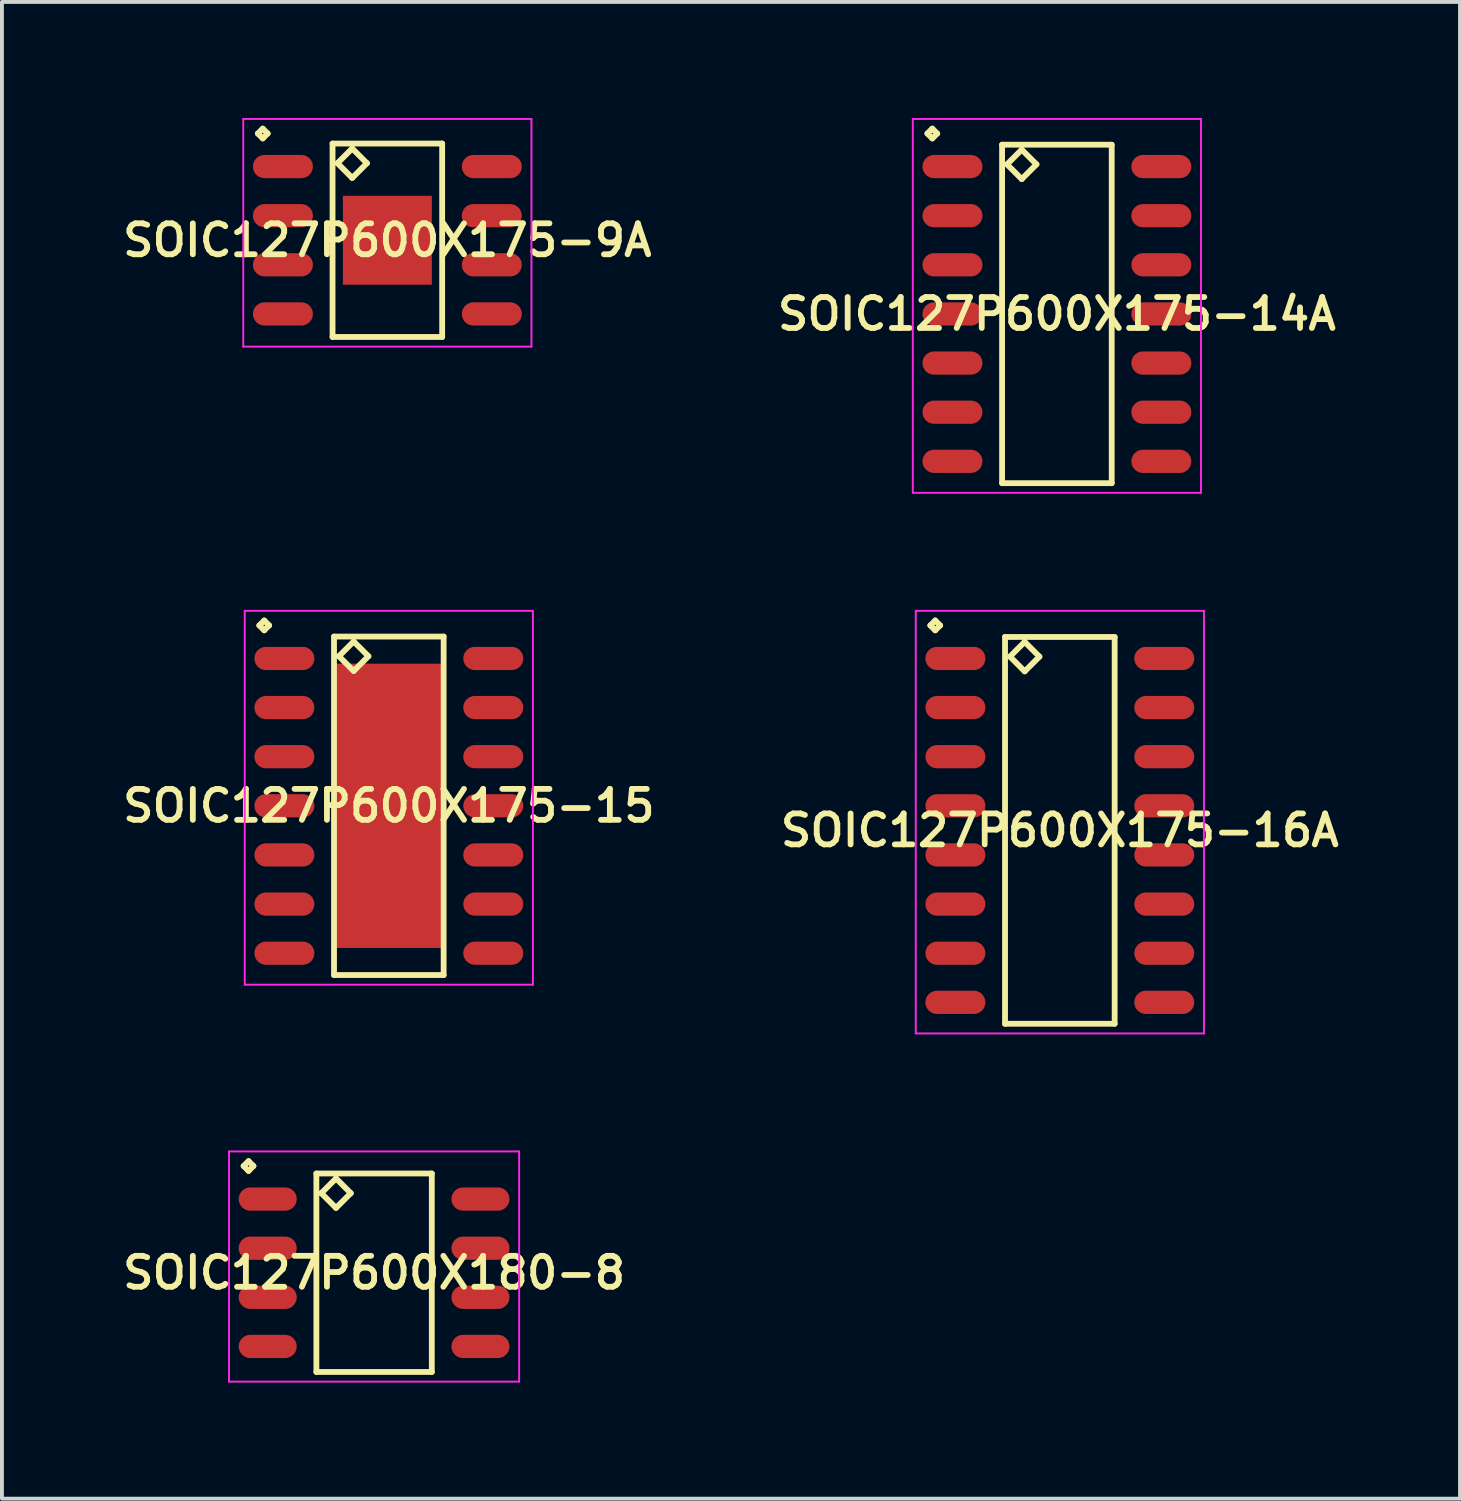
<source format=kicad_pcb>
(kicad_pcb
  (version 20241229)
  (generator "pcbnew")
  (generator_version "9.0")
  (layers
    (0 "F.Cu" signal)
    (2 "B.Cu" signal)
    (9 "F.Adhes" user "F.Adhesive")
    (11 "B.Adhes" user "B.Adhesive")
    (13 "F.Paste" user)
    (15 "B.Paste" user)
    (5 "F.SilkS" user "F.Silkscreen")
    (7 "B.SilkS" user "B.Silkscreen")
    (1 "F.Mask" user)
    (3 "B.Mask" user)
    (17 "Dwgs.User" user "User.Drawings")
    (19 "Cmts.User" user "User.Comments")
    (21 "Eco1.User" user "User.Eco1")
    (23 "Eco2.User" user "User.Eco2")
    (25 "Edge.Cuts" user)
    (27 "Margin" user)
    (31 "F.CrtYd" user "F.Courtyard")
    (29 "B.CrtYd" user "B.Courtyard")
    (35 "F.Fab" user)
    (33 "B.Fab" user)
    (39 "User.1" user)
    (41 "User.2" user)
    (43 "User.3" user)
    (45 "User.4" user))
  (footprint "SOIC127P600X175-16A"
    (layer "F.Cu")
    (at 24.349 18.417)
    (property "Reference" "SOIC127P600X175-16A" (at 0 0 0) (layer "F.SilkS") (effects (font (size 0.8 0.8) (thickness 0.15))))
    (attr smd)
    (fp_line (start -3.348 -5.299) (end -3.221 -5.426) (stroke (width 0.15) (type solid)) (layer "F.SilkS"))
    (fp_line (start -3.221 -5.426) (end -3.094 -5.299) (stroke (width 0.15) (type solid)) (layer "F.SilkS"))
    (fp_line (start -3.221 -5.172) (end -3.348 -5.299) (stroke (width 0.15) (type solid)) (layer "F.SilkS"))
    (fp_line (start -3.094 -5.299) (end -3.221 -5.172) (stroke (width 0.15) (type solid)) (layer "F.SilkS"))
    (fp_line (start -1.417 -5) (end -1.417 5) (stroke (width 0.15) (type solid)) (layer "F.SilkS"))
    (fp_line (start -1.417 5) (end 1.417 5) (stroke (width 0.15) (type solid)) (layer "F.SilkS"))
    (fp_line (start -1.29 -4.492) (end -0.909 -4.873) (stroke (width 0.15) (type solid)) (layer "F.SilkS"))
    (fp_line (start -0.909 -4.873) (end -0.528 -4.492) (stroke (width 0.15) (type solid)) (layer "F.SilkS"))
    (fp_line (start -0.909 -4.111) (end -1.29 -4.492) (stroke (width 0.15) (type solid)) (layer "F.SilkS"))
    (fp_line (start -0.528 -4.492) (end -0.909 -4.111) (stroke (width 0.15) (type solid)) (layer "F.SilkS"))
    (fp_line (start 1.417 -5) (end -1.417 -5) (stroke (width 0.15) (type solid)) (layer "F.SilkS"))
    (fp_line (start 1.417 5) (end 1.417 -5) (stroke (width 0.15) (type solid)) (layer "F.SilkS"))
    (fp_line (start -3.725 -5.676) (end 3.725 -5.676) (stroke (width 0.05) (type solid)) (layer "F.CrtYd"))
    (fp_line (start -3.725 5.25) (end -3.725 -5.676) (stroke (width 0.05) (type solid)) (layer "F.CrtYd"))
    (fp_line (start 3.725 -5.676) (end 3.725 5.25) (stroke (width 0.05) (type solid)) (layer "F.CrtYd"))
    (fp_line (start 3.725 5.25) (end -3.725 5.25) (stroke (width 0.05) (type solid)) (layer "F.CrtYd"))
    (pad "1" smd oval (at -2.7 -4.445) (size 1.55 0.6) (layers "F.Cu" "F.Mask" "F.Paste"))
    (pad "2" smd oval (at -2.7 -3.175) (size 1.55 0.6) (layers "F.Cu" "F.Mask" "F.Paste"))
    (pad "3" smd oval (at -2.7 -1.905) (size 1.55 0.6) (layers "F.Cu" "F.Mask" "F.Paste"))
    (pad "4" smd oval (at -2.7 -0.635) (size 1.55 0.6) (layers "F.Cu" "F.Mask" "F.Paste"))
    (pad "5" smd oval (at -2.7 0.635) (size 1.55 0.6) (layers "F.Cu" "F.Mask" "F.Paste"))
    (pad "6" smd oval (at -2.7 1.905) (size 1.55 0.6) (layers "F.Cu" "F.Mask" "F.Paste"))
    (pad "7" smd oval (at -2.7 3.175) (size 1.55 0.6) (layers "F.Cu" "F.Mask" "F.Paste"))
    (pad "8" smd oval (at -2.7 4.445) (size 1.55 0.6) (layers "F.Cu" "F.Mask" "F.Paste"))
    (pad "9" smd oval (at 2.7 4.445) (size 1.55 0.6) (layers "F.Cu" "F.Mask" "F.Paste"))
    (pad "10" smd oval (at 2.7 3.175) (size 1.55 0.6) (layers "F.Cu" "F.Mask" "F.Paste"))
    (pad "11" smd oval (at 2.7 1.905) (size 1.55 0.6) (layers "F.Cu" "F.Mask" "F.Paste"))
    (pad "12" smd oval (at 2.7 0.635) (size 1.55 0.6) (layers "F.Cu" "F.Mask" "F.Paste"))
    (pad "13" smd oval (at 2.7 -0.635) (size 1.55 0.6) (layers "F.Cu" "F.Mask" "F.Paste"))
    (pad "14" smd oval (at 2.7 -1.905) (size 1.55 0.6) (layers "F.Cu" "F.Mask" "F.Paste"))
    (pad "15" smd oval (at 2.7 -3.175) (size 1.55 0.6) (layers "F.Cu" "F.Mask" "F.Paste"))
    (pad "16" smd oval (at 2.7 -4.445) (size 1.55 0.6) (layers "F.Cu" "F.Mask" "F.Paste")))
  (footprint "SOIC127P600X180-8"
    (layer "F.Cu")
    (at 6.621 29.853)
    (property "Reference" "SOIC127P600X180-8" (at 0 0 0) (layer "F.SilkS") (effects (font (size 0.8 0.8) (thickness 0.15))))
    (attr smd)
    (fp_line (start -3.373 -2.759) (end -3.246 -2.886) (stroke (width 0.15) (type solid)) (layer "F.SilkS"))
    (fp_line (start -3.246 -2.886) (end -3.119 -2.759) (stroke (width 0.15) (type solid)) (layer "F.SilkS"))
    (fp_line (start -3.246 -2.632) (end -3.373 -2.759) (stroke (width 0.15) (type solid)) (layer "F.SilkS"))
    (fp_line (start -3.119 -2.759) (end -3.246 -2.632) (stroke (width 0.15) (type solid)) (layer "F.SilkS"))
    (fp_line (start -1.492 -2.565) (end -1.492 2.565) (stroke (width 0.15) (type solid)) (layer "F.SilkS"))
    (fp_line (start -1.492 2.565) (end 1.492 2.565) (stroke (width 0.15) (type solid)) (layer "F.SilkS"))
    (fp_line (start -1.365 -2.057) (end -0.984 -2.438) (stroke (width 0.15) (type solid)) (layer "F.SilkS"))
    (fp_line (start -0.984 -2.438) (end -0.603 -2.057) (stroke (width 0.15) (type solid)) (layer "F.SilkS"))
    (fp_line (start -0.984 -1.676) (end -1.365 -2.057) (stroke (width 0.15) (type solid)) (layer "F.SilkS"))
    (fp_line (start -0.603 -2.057) (end -0.984 -1.676) (stroke (width 0.15) (type solid)) (layer "F.SilkS"))
    (fp_line (start 1.492 -2.565) (end -1.492 -2.565) (stroke (width 0.15) (type solid)) (layer "F.SilkS"))
    (fp_line (start 1.492 2.565) (end 1.492 -2.565) (stroke (width 0.15) (type solid)) (layer "F.SilkS"))
    (fp_line (start -3.75 -3.136) (end 3.75 -3.136) (stroke (width 0.05) (type solid)) (layer "F.CrtYd"))
    (fp_line (start -3.75 2.815) (end -3.75 -3.136) (stroke (width 0.05) (type solid)) (layer "F.CrtYd"))
    (fp_line (start 3.75 -3.136) (end 3.75 2.815) (stroke (width 0.05) (type solid)) (layer "F.CrtYd"))
    (fp_line (start 3.75 2.815) (end -3.75 2.815) (stroke (width 0.05) (type solid)) (layer "F.CrtYd"))
    (pad "1" smd oval (at -2.75 -1.905) (size 1.5 0.6) (layers "F.Cu" "F.Mask" "F.Paste"))
    (pad "2" smd oval (at -2.75 -0.635) (size 1.5 0.6) (layers "F.Cu" "F.Mask" "F.Paste"))
    (pad "3" smd oval (at -2.75 0.635) (size 1.5 0.6) (layers "F.Cu" "F.Mask" "F.Paste"))
    (pad "4" smd oval (at -2.75 1.905) (size 1.5 0.6) (layers "F.Cu" "F.Mask" "F.Paste"))
    (pad "5" smd oval (at 2.75 1.905) (size 1.5 0.6) (layers "F.Cu" "F.Mask" "F.Paste"))
    (pad "6" smd oval (at 2.75 0.635) (size 1.5 0.6) (layers "F.Cu" "F.Mask" "F.Paste"))
    (pad "7" smd oval (at 2.75 -0.635) (size 1.5 0.6) (layers "F.Cu" "F.Mask" "F.Paste"))
    (pad "8" smd oval (at 2.75 -1.905) (size 1.5 0.6) (layers "F.Cu" "F.Mask" "F.Paste")))
  (footprint "SOIC127P600X175-15"
    (layer "F.Cu")
    (at 7.002 17.782)
    (property "Reference" "SOIC127P600X175-15" (at 0 0 0) (layer "F.SilkS") (effects (font (size 0.8 0.8) (thickness 0.15))))
    (attr smd)
    (fp_line (start -3.348 -4.664) (end -3.221 -4.791) (stroke (width 0.15) (type solid)) (layer "F.SilkS"))
    (fp_line (start -3.221 -4.791) (end -3.094 -4.664) (stroke (width 0.15) (type solid)) (layer "F.SilkS"))
    (fp_line (start -3.221 -4.537) (end -3.348 -4.664) (stroke (width 0.15) (type solid)) (layer "F.SilkS"))
    (fp_line (start -3.094 -4.664) (end -3.221 -4.537) (stroke (width 0.15) (type solid)) (layer "F.SilkS"))
    (fp_line (start -1.417 -4.375) (end -1.417 4.375) (stroke (width 0.15) (type solid)) (layer "F.SilkS"))
    (fp_line (start -1.417 4.375) (end 1.417 4.375) (stroke (width 0.15) (type solid)) (layer "F.SilkS"))
    (fp_line (start -1.29 -3.867) (end -0.909 -4.248) (stroke (width 0.15) (type solid)) (layer "F.SilkS"))
    (fp_line (start -0.909 -4.248) (end -0.528 -3.867) (stroke (width 0.15) (type solid)) (layer "F.SilkS"))
    (fp_line (start -0.909 -3.486) (end -1.29 -3.867) (stroke (width 0.15) (type solid)) (layer "F.SilkS"))
    (fp_line (start -0.528 -3.867) (end -0.909 -3.486) (stroke (width 0.15) (type solid)) (layer "F.SilkS"))
    (fp_line (start 1.417 -4.375) (end -1.417 -4.375) (stroke (width 0.15) (type solid)) (layer "F.SilkS"))
    (fp_line (start 1.417 4.375) (end 1.417 -4.375) (stroke (width 0.15) (type solid)) (layer "F.SilkS"))
    (fp_line (start -3.725 -5.041) (end 3.725 -5.041) (stroke (width 0.05) (type solid)) (layer "F.CrtYd"))
    (fp_line (start -3.725 4.625) (end -3.725 -5.041) (stroke (width 0.05) (type solid)) (layer "F.CrtYd"))
    (fp_line (start 3.725 -5.041) (end 3.725 4.625) (stroke (width 0.05) (type solid)) (layer "F.CrtYd"))
    (fp_line (start 3.725 4.625) (end -3.725 4.625) (stroke (width 0.05) (type solid)) (layer "F.CrtYd"))
    (pad "1" smd oval (at -2.7 -3.81) (size 1.55 0.6) (layers "F.Cu" "F.Mask" "F.Paste"))
    (pad "2" smd oval (at -2.7 -2.54) (size 1.55 0.6) (layers "F.Cu" "F.Mask" "F.Paste"))
    (pad "3" smd oval (at -2.7 -1.27) (size 1.55 0.6) (layers "F.Cu" "F.Mask" "F.Paste"))
    (pad "4" smd oval (at -2.7 0) (size 1.55 0.6) (layers "F.Cu" "F.Mask" "F.Paste"))
    (pad "5" smd oval (at -2.7 1.27) (size 1.55 0.6) (layers "F.Cu" "F.Mask" "F.Paste"))
    (pad "6" smd oval (at -2.7 2.54) (size 1.55 0.6) (layers "F.Cu" "F.Mask" "F.Paste"))
    (pad "7" smd oval (at -2.7 3.81) (size 1.55 0.6) (layers "F.Cu" "F.Mask" "F.Paste"))
    (pad "8" smd oval (at 2.7 3.81) (size 1.55 0.6) (layers "F.Cu" "F.Mask" "F.Paste"))
    (pad "9" smd oval (at 2.7 2.54) (size 1.55 0.6) (layers "F.Cu" "F.Mask" "F.Paste"))
    (pad "10" smd oval (at 2.7 1.27) (size 1.55 0.6) (layers "F.Cu" "F.Mask" "F.Paste"))
    (pad "11" smd oval (at 2.7 0) (size 1.55 0.6) (layers "F.Cu" "F.Mask" "F.Paste"))
    (pad "12" smd oval (at 2.7 -1.27) (size 1.55 0.6) (layers "F.Cu" "F.Mask" "F.Paste"))
    (pad "13" smd oval (at 2.7 -2.54) (size 1.55 0.6) (layers "F.Cu" "F.Mask" "F.Paste"))
    (pad "14" smd oval (at 2.7 -3.81) (size 1.55 0.6) (layers "F.Cu" "F.Mask" "F.Paste"))
    (pad "15" smd rect (at 0 0) (size 2.75 7.35) (layers "F.Cu" "F.Mask" "F.Paste")))
  (footprint "SOIC127P600X175-9A"
    (layer "F.Cu")
    (at 6.964 3.161)
    (property "Reference" "SOIC127P600X175-9A" (at 0 0 0) (layer "F.SilkS") (effects (font (size 0.8 0.8) (thickness 0.15))))
    (attr smd)
    (fp_line (start -3.348 -2.759) (end -3.221 -2.886) (stroke (width 0.15) (type solid)) (layer "F.SilkS"))
    (fp_line (start -3.221 -2.886) (end -3.094 -2.759) (stroke (width 0.15) (type solid)) (layer "F.SilkS"))
    (fp_line (start -3.221 -2.632) (end -3.348 -2.759) (stroke (width 0.15) (type solid)) (layer "F.SilkS"))
    (fp_line (start -3.094 -2.759) (end -3.221 -2.632) (stroke (width 0.15) (type solid)) (layer "F.SilkS"))
    (fp_line (start -1.417 -2.5) (end -1.417 2.5) (stroke (width 0.15) (type solid)) (layer "F.SilkS"))
    (fp_line (start -1.417 2.5) (end 1.417 2.5) (stroke (width 0.15) (type solid)) (layer "F.SilkS"))
    (fp_line (start -1.29 -1.992) (end -0.909 -2.373) (stroke (width 0.15) (type solid)) (layer "F.SilkS"))
    (fp_line (start -0.909 -2.373) (end -0.528 -1.992) (stroke (width 0.15) (type solid)) (layer "F.SilkS"))
    (fp_line (start -0.909 -1.611) (end -1.29 -1.992) (stroke (width 0.15) (type solid)) (layer "F.SilkS"))
    (fp_line (start -0.528 -1.992) (end -0.909 -1.611) (stroke (width 0.15) (type solid)) (layer "F.SilkS"))
    (fp_line (start 1.417 -2.5) (end -1.417 -2.5) (stroke (width 0.15) (type solid)) (layer "F.SilkS"))
    (fp_line (start 1.417 2.5) (end 1.417 -2.5) (stroke (width 0.15) (type solid)) (layer "F.SilkS"))
    (fp_line (start -3.725 -3.136) (end 3.725 -3.136) (stroke (width 0.05) (type solid)) (layer "F.CrtYd"))
    (fp_line (start -3.725 2.75) (end -3.725 -3.136) (stroke (width 0.05) (type solid)) (layer "F.CrtYd"))
    (fp_line (start 3.725 -3.136) (end 3.725 2.75) (stroke (width 0.05) (type solid)) (layer "F.CrtYd"))
    (fp_line (start 3.725 2.75) (end -3.725 2.75) (stroke (width 0.05) (type solid)) (layer "F.CrtYd"))
    (pad "1" smd oval (at -2.7 -1.905) (size 1.55 0.6) (layers "F.Cu" "F.Mask" "F.Paste"))
    (pad "2" smd oval (at -2.7 -0.635) (size 1.55 0.6) (layers "F.Cu" "F.Mask" "F.Paste"))
    (pad "3" smd oval (at -2.7 0.635) (size 1.55 0.6) (layers "F.Cu" "F.Mask" "F.Paste"))
    (pad "4" smd oval (at -2.7 1.905) (size 1.55 0.6) (layers "F.Cu" "F.Mask" "F.Paste"))
    (pad "5" smd oval (at 2.7 1.905) (size 1.55 0.6) (layers "F.Cu" "F.Mask" "F.Paste"))
    (pad "6" smd oval (at 2.7 0.635) (size 1.55 0.6) (layers "F.Cu" "F.Mask" "F.Paste"))
    (pad "7" smd oval (at 2.7 -0.635) (size 1.55 0.6) (layers "F.Cu" "F.Mask" "F.Paste"))
    (pad "8" smd oval (at 2.7 -1.905) (size 1.55 0.6) (layers "F.Cu" "F.Mask" "F.Paste"))
    (pad "9" smd rect (at 0 0) (size 2.3 2.3) (layers "F.Cu" "F.Mask" "F.Paste")))
  (footprint "SOIC127P600X175-14A"
    (layer "F.Cu")
    (at 24.273 5.066)
    (property "Reference" "SOIC127P600X175-14A" (at 0 0 0) (layer "F.SilkS") (effects (font (size 0.8 0.8) (thickness 0.15))))
    (attr smd)
    (fp_line (start -3.348 -4.664) (end -3.221 -4.791) (stroke (width 0.15) (type solid)) (layer "F.SilkS"))
    (fp_line (start -3.221 -4.791) (end -3.094 -4.664) (stroke (width 0.15) (type solid)) (layer "F.SilkS"))
    (fp_line (start -3.221 -4.537) (end -3.348 -4.664) (stroke (width 0.15) (type solid)) (layer "F.SilkS"))
    (fp_line (start -3.094 -4.664) (end -3.221 -4.537) (stroke (width 0.15) (type solid)) (layer "F.SilkS"))
    (fp_line (start -1.417 -4.375) (end -1.417 4.375) (stroke (width 0.15) (type solid)) (layer "F.SilkS"))
    (fp_line (start -1.417 4.375) (end 1.417 4.375) (stroke (width 0.15) (type solid)) (layer "F.SilkS"))
    (fp_line (start -1.29 -3.867) (end -0.909 -4.248) (stroke (width 0.15) (type solid)) (layer "F.SilkS"))
    (fp_line (start -0.909 -4.248) (end -0.528 -3.867) (stroke (width 0.15) (type solid)) (layer "F.SilkS"))
    (fp_line (start -0.909 -3.486) (end -1.29 -3.867) (stroke (width 0.15) (type solid)) (layer "F.SilkS"))
    (fp_line (start -0.528 -3.867) (end -0.909 -3.486) (stroke (width 0.15) (type solid)) (layer "F.SilkS"))
    (fp_line (start 1.417 -4.375) (end -1.417 -4.375) (stroke (width 0.15) (type solid)) (layer "F.SilkS"))
    (fp_line (start 1.417 4.375) (end 1.417 -4.375) (stroke (width 0.15) (type solid)) (layer "F.SilkS"))
    (fp_line (start -3.725 -5.041) (end 3.725 -5.041) (stroke (width 0.05) (type solid)) (layer "F.CrtYd"))
    (fp_line (start -3.725 4.625) (end -3.725 -5.041) (stroke (width 0.05) (type solid)) (layer "F.CrtYd"))
    (fp_line (start 3.725 -5.041) (end 3.725 4.625) (stroke (width 0.05) (type solid)) (layer "F.CrtYd"))
    (fp_line (start 3.725 4.625) (end -3.725 4.625) (stroke (width 0.05) (type solid)) (layer "F.CrtYd"))
    (pad "1" smd oval (at -2.7 -3.81) (size 1.55 0.6) (layers "F.Cu" "F.Mask" "F.Paste"))
    (pad "2" smd oval (at -2.7 -2.54) (size 1.55 0.6) (layers "F.Cu" "F.Mask" "F.Paste"))
    (pad "3" smd oval (at -2.7 -1.27) (size 1.55 0.6) (layers "F.Cu" "F.Mask" "F.Paste"))
    (pad "4" smd oval (at -2.7 0) (size 1.55 0.6) (layers "F.Cu" "F.Mask" "F.Paste"))
    (pad "5" smd oval (at -2.7 1.27) (size 1.55 0.6) (layers "F.Cu" "F.Mask" "F.Paste"))
    (pad "6" smd oval (at -2.7 2.54) (size 1.55 0.6) (layers "F.Cu" "F.Mask" "F.Paste"))
    (pad "7" smd oval (at -2.7 3.81) (size 1.55 0.6) (layers "F.Cu" "F.Mask" "F.Paste"))
    (pad "8" smd oval (at 2.7 3.81) (size 1.55 0.6) (layers "F.Cu" "F.Mask" "F.Paste"))
    (pad "9" smd oval (at 2.7 2.54) (size 1.55 0.6) (layers "F.Cu" "F.Mask" "F.Paste"))
    (pad "10" smd oval (at 2.7 1.27) (size 1.55 0.6) (layers "F.Cu" "F.Mask" "F.Paste"))
    (pad "11" smd oval (at 2.7 0) (size 1.55 0.6) (layers "F.Cu" "F.Mask" "F.Paste"))
    (pad "12" smd oval (at 2.7 -1.27) (size 1.55 0.6) (layers "F.Cu" "F.Mask" "F.Paste"))
    (pad "13" smd oval (at 2.7 -2.54) (size 1.55 0.6) (layers "F.Cu" "F.Mask" "F.Paste"))
    (pad "14" smd oval (at 2.7 -3.81) (size 1.55 0.6) (layers "F.Cu" "F.Mask" "F.Paste")))
  (gr_rect
    (start -3 -3)
    (end 34.694 35.693)
    (stroke (width 0.1) (type default))
    (fill no)
    (layer "Edge.Cuts")))
</source>
